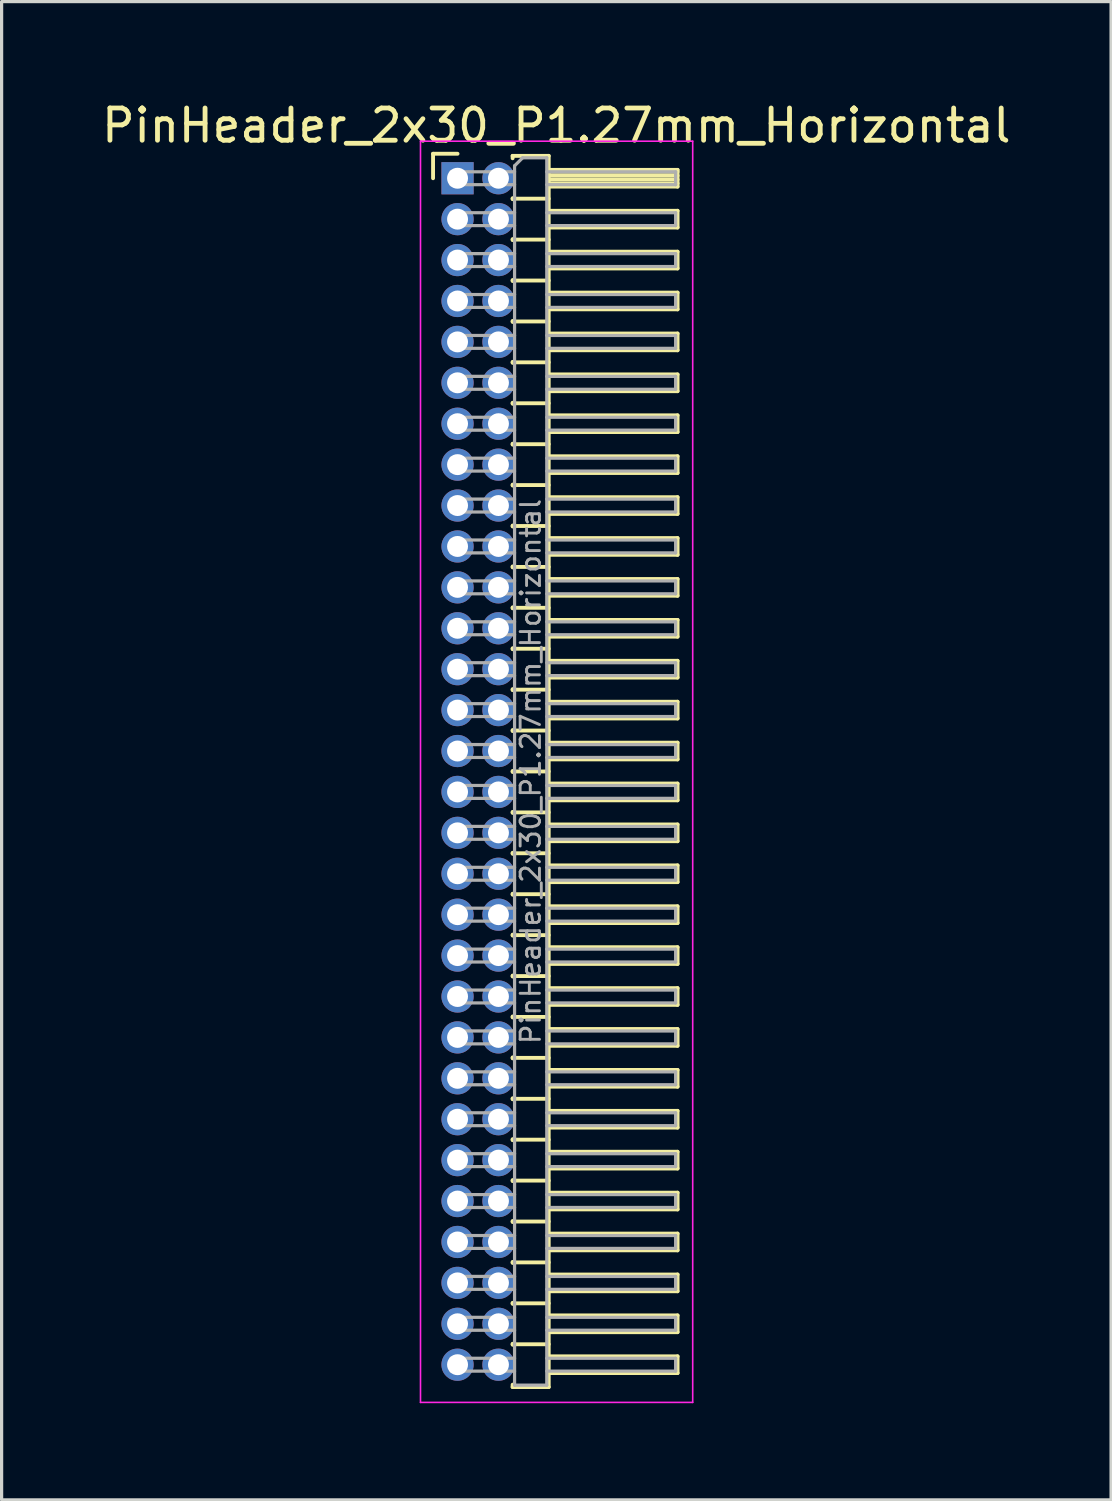
<source format=kicad_pcb>
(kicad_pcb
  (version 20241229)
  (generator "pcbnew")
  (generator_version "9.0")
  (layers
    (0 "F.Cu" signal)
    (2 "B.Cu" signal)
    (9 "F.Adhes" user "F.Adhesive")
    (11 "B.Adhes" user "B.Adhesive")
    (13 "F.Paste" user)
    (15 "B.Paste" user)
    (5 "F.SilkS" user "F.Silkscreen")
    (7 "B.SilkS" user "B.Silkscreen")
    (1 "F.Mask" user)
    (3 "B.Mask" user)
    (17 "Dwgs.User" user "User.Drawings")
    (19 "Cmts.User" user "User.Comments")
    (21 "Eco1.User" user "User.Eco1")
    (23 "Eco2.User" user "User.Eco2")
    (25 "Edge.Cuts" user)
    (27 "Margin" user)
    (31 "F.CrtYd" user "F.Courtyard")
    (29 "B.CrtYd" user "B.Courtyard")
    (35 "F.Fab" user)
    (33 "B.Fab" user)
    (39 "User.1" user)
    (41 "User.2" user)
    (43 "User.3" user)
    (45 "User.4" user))
  (footprint "PinHeader_2x30_P1.27mm_Horizontal"
    (layer "F.Cu")
    (at 11.153 2.483)
    (property "Reference" "PinHeader_2x30_P1.27mm_Horizontal" (at 3.067 -1.635 0) (layer "F.SilkS") (effects (font (size 1 1) (thickness 0.15))))
    (attr through_hole)
    (fp_line (start -0.76 -0.76) (end 0 -0.76) (stroke (width 0.12) (type solid)) (layer "F.SilkS"))
    (fp_line (start -0.76 0) (end -0.76 -0.76) (stroke (width 0.12) (type solid)) (layer "F.SilkS"))
    (fp_line (start 1.71 -0.695) (end 2.83 -0.695) (stroke (width 0.12) (type solid)) (layer "F.SilkS"))
    (fp_line (start 1.71 -0.62) (end 1.71 -0.695) (stroke (width 0.12) (type solid)) (layer "F.SilkS"))
    (fp_line (start 1.71 0.62) (end 1.71 0.65) (stroke (width 0.12) (type solid)) (layer "F.SilkS"))
    (fp_line (start 1.71 0.635) (end 2.83 0.635) (stroke (width 0.12) (type solid)) (layer "F.SilkS"))
    (fp_line (start 1.71 1.89) (end 1.71 1.92) (stroke (width 0.12) (type solid)) (layer "F.SilkS"))
    (fp_line (start 1.71 1.905) (end 2.83 1.905) (stroke (width 0.12) (type solid)) (layer "F.SilkS"))
    (fp_line (start 1.71 3.16) (end 1.71 3.19) (stroke (width 0.12) (type solid)) (layer "F.SilkS"))
    (fp_line (start 1.71 3.175) (end 2.83 3.175) (stroke (width 0.12) (type solid)) (layer "F.SilkS"))
    (fp_line (start 1.71 4.43) (end 1.71 4.46) (stroke (width 0.12) (type solid)) (layer "F.SilkS"))
    (fp_line (start 1.71 4.445) (end 2.83 4.445) (stroke (width 0.12) (type solid)) (layer "F.SilkS"))
    (fp_line (start 1.71 5.7) (end 1.71 5.73) (stroke (width 0.12) (type solid)) (layer "F.SilkS"))
    (fp_line (start 1.71 5.715) (end 2.83 5.715) (stroke (width 0.12) (type solid)) (layer "F.SilkS"))
    (fp_line (start 1.71 6.97) (end 1.71 7) (stroke (width 0.12) (type solid)) (layer "F.SilkS"))
    (fp_line (start 1.71 6.985) (end 2.83 6.985) (stroke (width 0.12) (type solid)) (layer "F.SilkS"))
    (fp_line (start 1.71 8.24) (end 1.71 8.27) (stroke (width 0.12) (type solid)) (layer "F.SilkS"))
    (fp_line (start 1.71 8.255) (end 2.83 8.255) (stroke (width 0.12) (type solid)) (layer "F.SilkS"))
    (fp_line (start 1.71 9.51) (end 1.71 9.54) (stroke (width 0.12) (type solid)) (layer "F.SilkS"))
    (fp_line (start 1.71 9.525) (end 2.83 9.525) (stroke (width 0.12) (type solid)) (layer "F.SilkS"))
    (fp_line (start 1.71 10.78) (end 1.71 10.81) (stroke (width 0.12) (type solid)) (layer "F.SilkS"))
    (fp_line (start 1.71 10.795) (end 2.83 10.795) (stroke (width 0.12) (type solid)) (layer "F.SilkS"))
    (fp_line (start 1.71 12.05) (end 1.71 12.08) (stroke (width 0.12) (type solid)) (layer "F.SilkS"))
    (fp_line (start 1.71 12.065) (end 2.83 12.065) (stroke (width 0.12) (type solid)) (layer "F.SilkS"))
    (fp_line (start 1.71 13.32) (end 1.71 13.35) (stroke (width 0.12) (type solid)) (layer "F.SilkS"))
    (fp_line (start 1.71 13.335) (end 2.83 13.335) (stroke (width 0.12) (type solid)) (layer "F.SilkS"))
    (fp_line (start 1.71 14.59) (end 1.71 14.62) (stroke (width 0.12) (type solid)) (layer "F.SilkS"))
    (fp_line (start 1.71 14.605) (end 2.83 14.605) (stroke (width 0.12) (type solid)) (layer "F.SilkS"))
    (fp_line (start 1.71 15.86) (end 1.71 15.89) (stroke (width 0.12) (type solid)) (layer "F.SilkS"))
    (fp_line (start 1.71 15.875) (end 2.83 15.875) (stroke (width 0.12) (type solid)) (layer "F.SilkS"))
    (fp_line (start 1.71 17.13) (end 1.71 17.16) (stroke (width 0.12) (type solid)) (layer "F.SilkS"))
    (fp_line (start 1.71 17.145) (end 2.83 17.145) (stroke (width 0.12) (type solid)) (layer "F.SilkS"))
    (fp_line (start 1.71 18.4) (end 1.71 18.43) (stroke (width 0.12) (type solid)) (layer "F.SilkS"))
    (fp_line (start 1.71 18.415) (end 2.83 18.415) (stroke (width 0.12) (type solid)) (layer "F.SilkS"))
    (fp_line (start 1.71 19.67) (end 1.71 19.7) (stroke (width 0.12) (type solid)) (layer "F.SilkS"))
    (fp_line (start 1.71 19.685) (end 2.83 19.685) (stroke (width 0.12) (type solid)) (layer "F.SilkS"))
    (fp_line (start 1.71 20.94) (end 1.71 20.97) (stroke (width 0.12) (type solid)) (layer "F.SilkS"))
    (fp_line (start 1.71 20.955) (end 2.83 20.955) (stroke (width 0.12) (type solid)) (layer "F.SilkS"))
    (fp_line (start 1.71 22.21) (end 1.71 22.24) (stroke (width 0.12) (type solid)) (layer "F.SilkS"))
    (fp_line (start 1.71 22.225) (end 2.83 22.225) (stroke (width 0.12) (type solid)) (layer "F.SilkS"))
    (fp_line (start 1.71 23.48) (end 1.71 23.51) (stroke (width 0.12) (type solid)) (layer "F.SilkS"))
    (fp_line (start 1.71 23.495) (end 2.83 23.495) (stroke (width 0.12) (type solid)) (layer "F.SilkS"))
    (fp_line (start 1.71 24.75) (end 1.71 24.78) (stroke (width 0.12) (type solid)) (layer "F.SilkS"))
    (fp_line (start 1.71 24.765) (end 2.83 24.765) (stroke (width 0.12) (type solid)) (layer "F.SilkS"))
    (fp_line (start 1.71 26.02) (end 1.71 26.05) (stroke (width 0.12) (type solid)) (layer "F.SilkS"))
    (fp_line (start 1.71 26.035) (end 2.83 26.035) (stroke (width 0.12) (type solid)) (layer "F.SilkS"))
    (fp_line (start 1.71 27.29) (end 1.71 27.32) (stroke (width 0.12) (type solid)) (layer "F.SilkS"))
    (fp_line (start 1.71 27.305) (end 2.83 27.305) (stroke (width 0.12) (type solid)) (layer "F.SilkS"))
    (fp_line (start 1.71 28.56) (end 1.71 28.59) (stroke (width 0.12) (type solid)) (layer "F.SilkS"))
    (fp_line (start 1.71 28.575) (end 2.83 28.575) (stroke (width 0.12) (type solid)) (layer "F.SilkS"))
    (fp_line (start 1.71 29.83) (end 1.71 29.86) (stroke (width 0.12) (type solid)) (layer "F.SilkS"))
    (fp_line (start 1.71 29.845) (end 2.83 29.845) (stroke (width 0.12) (type solid)) (layer "F.SilkS"))
    (fp_line (start 1.71 31.1) (end 1.71 31.13) (stroke (width 0.12) (type solid)) (layer "F.SilkS"))
    (fp_line (start 1.71 31.115) (end 2.83 31.115) (stroke (width 0.12) (type solid)) (layer "F.SilkS"))
    (fp_line (start 1.71 32.37) (end 1.71 32.4) (stroke (width 0.12) (type solid)) (layer "F.SilkS"))
    (fp_line (start 1.71 32.385) (end 2.83 32.385) (stroke (width 0.12) (type solid)) (layer "F.SilkS"))
    (fp_line (start 1.71 33.64) (end 1.71 33.67) (stroke (width 0.12) (type solid)) (layer "F.SilkS"))
    (fp_line (start 1.71 33.655) (end 2.83 33.655) (stroke (width 0.12) (type solid)) (layer "F.SilkS"))
    (fp_line (start 1.71 34.91) (end 1.71 34.94) (stroke (width 0.12) (type solid)) (layer "F.SilkS"))
    (fp_line (start 1.71 34.925) (end 2.83 34.925) (stroke (width 0.12) (type solid)) (layer "F.SilkS"))
    (fp_line (start 1.71 36.18) (end 1.71 36.21) (stroke (width 0.12) (type solid)) (layer "F.SilkS"))
    (fp_line (start 1.71 36.195) (end 2.83 36.195) (stroke (width 0.12) (type solid)) (layer "F.SilkS"))
    (fp_line (start 1.71 37.525) (end 1.71 37.45) (stroke (width 0.12) (type solid)) (layer "F.SilkS"))
    (fp_line (start 2.83 -0.695) (end 2.83 37.525) (stroke (width 0.12) (type solid)) (layer "F.SilkS"))
    (fp_line (start 2.83 -0.26) (end 6.83 -0.26) (stroke (width 0.12) (type solid)) (layer "F.SilkS"))
    (fp_line (start 2.83 -0.2) (end 6.83 -0.2) (stroke (width 0.12) (type solid)) (layer "F.SilkS"))
    (fp_line (start 2.83 -0.08) (end 6.83 -0.08) (stroke (width 0.12) (type solid)) (layer "F.SilkS"))
    (fp_line (start 2.83 0.04) (end 6.83 0.04) (stroke (width 0.12) (type solid)) (layer "F.SilkS"))
    (fp_line (start 2.83 0.16) (end 6.83 0.16) (stroke (width 0.12) (type solid)) (layer "F.SilkS"))
    (fp_line (start 2.83 1.01) (end 6.83 1.01) (stroke (width 0.12) (type solid)) (layer "F.SilkS"))
    (fp_line (start 2.83 2.28) (end 6.83 2.28) (stroke (width 0.12) (type solid)) (layer "F.SilkS"))
    (fp_line (start 2.83 3.55) (end 6.83 3.55) (stroke (width 0.12) (type solid)) (layer "F.SilkS"))
    (fp_line (start 2.83 4.82) (end 6.83 4.82) (stroke (width 0.12) (type solid)) (layer "F.SilkS"))
    (fp_line (start 2.83 6.09) (end 6.83 6.09) (stroke (width 0.12) (type solid)) (layer "F.SilkS"))
    (fp_line (start 2.83 7.36) (end 6.83 7.36) (stroke (width 0.12) (type solid)) (layer "F.SilkS"))
    (fp_line (start 2.83 8.63) (end 6.83 8.63) (stroke (width 0.12) (type solid)) (layer "F.SilkS"))
    (fp_line (start 2.83 9.9) (end 6.83 9.9) (stroke (width 0.12) (type solid)) (layer "F.SilkS"))
    (fp_line (start 2.83 11.17) (end 6.83 11.17) (stroke (width 0.12) (type solid)) (layer "F.SilkS"))
    (fp_line (start 2.83 12.44) (end 6.83 12.44) (stroke (width 0.12) (type solid)) (layer "F.SilkS"))
    (fp_line (start 2.83 13.71) (end 6.83 13.71) (stroke (width 0.12) (type solid)) (layer "F.SilkS"))
    (fp_line (start 2.83 14.98) (end 6.83 14.98) (stroke (width 0.12) (type solid)) (layer "F.SilkS"))
    (fp_line (start 2.83 16.25) (end 6.83 16.25) (stroke (width 0.12) (type solid)) (layer "F.SilkS"))
    (fp_line (start 2.83 17.52) (end 6.83 17.52) (stroke (width 0.12) (type solid)) (layer "F.SilkS"))
    (fp_line (start 2.83 18.79) (end 6.83 18.79) (stroke (width 0.12) (type solid)) (layer "F.SilkS"))
    (fp_line (start 2.83 20.06) (end 6.83 20.06) (stroke (width 0.12) (type solid)) (layer "F.SilkS"))
    (fp_line (start 2.83 21.33) (end 6.83 21.33) (stroke (width 0.12) (type solid)) (layer "F.SilkS"))
    (fp_line (start 2.83 22.6) (end 6.83 22.6) (stroke (width 0.12) (type solid)) (layer "F.SilkS"))
    (fp_line (start 2.83 23.87) (end 6.83 23.87) (stroke (width 0.12) (type solid)) (layer "F.SilkS"))
    (fp_line (start 2.83 25.14) (end 6.83 25.14) (stroke (width 0.12) (type solid)) (layer "F.SilkS"))
    (fp_line (start 2.83 26.41) (end 6.83 26.41) (stroke (width 0.12) (type solid)) (layer "F.SilkS"))
    (fp_line (start 2.83 27.68) (end 6.83 27.68) (stroke (width 0.12) (type solid)) (layer "F.SilkS"))
    (fp_line (start 2.83 28.95) (end 6.83 28.95) (stroke (width 0.12) (type solid)) (layer "F.SilkS"))
    (fp_line (start 2.83 30.22) (end 6.83 30.22) (stroke (width 0.12) (type solid)) (layer "F.SilkS"))
    (fp_line (start 2.83 31.49) (end 6.83 31.49) (stroke (width 0.12) (type solid)) (layer "F.SilkS"))
    (fp_line (start 2.83 32.76) (end 6.83 32.76) (stroke (width 0.12) (type solid)) (layer "F.SilkS"))
    (fp_line (start 2.83 34.03) (end 6.83 34.03) (stroke (width 0.12) (type solid)) (layer "F.SilkS"))
    (fp_line (start 2.83 35.3) (end 6.83 35.3) (stroke (width 0.12) (type solid)) (layer "F.SilkS"))
    (fp_line (start 2.83 36.57) (end 6.83 36.57) (stroke (width 0.12) (type solid)) (layer "F.SilkS"))
    (fp_line (start 2.83 37.525) (end 1.71 37.525) (stroke (width 0.12) (type solid)) (layer "F.SilkS"))
    (fp_line (start 6.83 -0.26) (end 6.83 0.26) (stroke (width 0.12) (type solid)) (layer "F.SilkS"))
    (fp_line (start 6.83 0.26) (end 2.83 0.26) (stroke (width 0.12) (type solid)) (layer "F.SilkS"))
    (fp_line (start 6.83 1.01) (end 6.83 1.53) (stroke (width 0.12) (type solid)) (layer "F.SilkS"))
    (fp_line (start 6.83 1.53) (end 2.83 1.53) (stroke (width 0.12) (type solid)) (layer "F.SilkS"))
    (fp_line (start 6.83 2.28) (end 6.83 2.8) (stroke (width 0.12) (type solid)) (layer "F.SilkS"))
    (fp_line (start 6.83 2.8) (end 2.83 2.8) (stroke (width 0.12) (type solid)) (layer "F.SilkS"))
    (fp_line (start 6.83 3.55) (end 6.83 4.07) (stroke (width 0.12) (type solid)) (layer "F.SilkS"))
    (fp_line (start 6.83 4.07) (end 2.83 4.07) (stroke (width 0.12) (type solid)) (layer "F.SilkS"))
    (fp_line (start 6.83 4.82) (end 6.83 5.34) (stroke (width 0.12) (type solid)) (layer "F.SilkS"))
    (fp_line (start 6.83 5.34) (end 2.83 5.34) (stroke (width 0.12) (type solid)) (layer "F.SilkS"))
    (fp_line (start 6.83 6.09) (end 6.83 6.61) (stroke (width 0.12) (type solid)) (layer "F.SilkS"))
    (fp_line (start 6.83 6.61) (end 2.83 6.61) (stroke (width 0.12) (type solid)) (layer "F.SilkS"))
    (fp_line (start 6.83 7.36) (end 6.83 7.88) (stroke (width 0.12) (type solid)) (layer "F.SilkS"))
    (fp_line (start 6.83 7.88) (end 2.83 7.88) (stroke (width 0.12) (type solid)) (layer "F.SilkS"))
    (fp_line (start 6.83 8.63) (end 6.83 9.15) (stroke (width 0.12) (type solid)) (layer "F.SilkS"))
    (fp_line (start 6.83 9.15) (end 2.83 9.15) (stroke (width 0.12) (type solid)) (layer "F.SilkS"))
    (fp_line (start 6.83 9.9) (end 6.83 10.42) (stroke (width 0.12) (type solid)) (layer "F.SilkS"))
    (fp_line (start 6.83 10.42) (end 2.83 10.42) (stroke (width 0.12) (type solid)) (layer "F.SilkS"))
    (fp_line (start 6.83 11.17) (end 6.83 11.69) (stroke (width 0.12) (type solid)) (layer "F.SilkS"))
    (fp_line (start 6.83 11.69) (end 2.83 11.69) (stroke (width 0.12) (type solid)) (layer "F.SilkS"))
    (fp_line (start 6.83 12.44) (end 6.83 12.96) (stroke (width 0.12) (type solid)) (layer "F.SilkS"))
    (fp_line (start 6.83 12.96) (end 2.83 12.96) (stroke (width 0.12) (type solid)) (layer "F.SilkS"))
    (fp_line (start 6.83 13.71) (end 6.83 14.23) (stroke (width 0.12) (type solid)) (layer "F.SilkS"))
    (fp_line (start 6.83 14.23) (end 2.83 14.23) (stroke (width 0.12) (type solid)) (layer "F.SilkS"))
    (fp_line (start 6.83 14.98) (end 6.83 15.5) (stroke (width 0.12) (type solid)) (layer "F.SilkS"))
    (fp_line (start 6.83 15.5) (end 2.83 15.5) (stroke (width 0.12) (type solid)) (layer "F.SilkS"))
    (fp_line (start 6.83 16.25) (end 6.83 16.77) (stroke (width 0.12) (type solid)) (layer "F.SilkS"))
    (fp_line (start 6.83 16.77) (end 2.83 16.77) (stroke (width 0.12) (type solid)) (layer "F.SilkS"))
    (fp_line (start 6.83 17.52) (end 6.83 18.04) (stroke (width 0.12) (type solid)) (layer "F.SilkS"))
    (fp_line (start 6.83 18.04) (end 2.83 18.04) (stroke (width 0.12) (type solid)) (layer "F.SilkS"))
    (fp_line (start 6.83 18.79) (end 6.83 19.31) (stroke (width 0.12) (type solid)) (layer "F.SilkS"))
    (fp_line (start 6.83 19.31) (end 2.83 19.31) (stroke (width 0.12) (type solid)) (layer "F.SilkS"))
    (fp_line (start 6.83 20.06) (end 6.83 20.58) (stroke (width 0.12) (type solid)) (layer "F.SilkS"))
    (fp_line (start 6.83 20.58) (end 2.83 20.58) (stroke (width 0.12) (type solid)) (layer "F.SilkS"))
    (fp_line (start 6.83 21.33) (end 6.83 21.85) (stroke (width 0.12) (type solid)) (layer "F.SilkS"))
    (fp_line (start 6.83 21.85) (end 2.83 21.85) (stroke (width 0.12) (type solid)) (layer "F.SilkS"))
    (fp_line (start 6.83 22.6) (end 6.83 23.12) (stroke (width 0.12) (type solid)) (layer "F.SilkS"))
    (fp_line (start 6.83 23.12) (end 2.83 23.12) (stroke (width 0.12) (type solid)) (layer "F.SilkS"))
    (fp_line (start 6.83 23.87) (end 6.83 24.39) (stroke (width 0.12) (type solid)) (layer "F.SilkS"))
    (fp_line (start 6.83 24.39) (end 2.83 24.39) (stroke (width 0.12) (type solid)) (layer "F.SilkS"))
    (fp_line (start 6.83 25.14) (end 6.83 25.66) (stroke (width 0.12) (type solid)) (layer "F.SilkS"))
    (fp_line (start 6.83 25.66) (end 2.83 25.66) (stroke (width 0.12) (type solid)) (layer "F.SilkS"))
    (fp_line (start 6.83 26.41) (end 6.83 26.93) (stroke (width 0.12) (type solid)) (layer "F.SilkS"))
    (fp_line (start 6.83 26.93) (end 2.83 26.93) (stroke (width 0.12) (type solid)) (layer "F.SilkS"))
    (fp_line (start 6.83 27.68) (end 6.83 28.2) (stroke (width 0.12) (type solid)) (layer "F.SilkS"))
    (fp_line (start 6.83 28.2) (end 2.83 28.2) (stroke (width 0.12) (type solid)) (layer "F.SilkS"))
    (fp_line (start 6.83 28.95) (end 6.83 29.47) (stroke (width 0.12) (type solid)) (layer "F.SilkS"))
    (fp_line (start 6.83 29.47) (end 2.83 29.47) (stroke (width 0.12) (type solid)) (layer "F.SilkS"))
    (fp_line (start 6.83 30.22) (end 6.83 30.74) (stroke (width 0.12) (type solid)) (layer "F.SilkS"))
    (fp_line (start 6.83 30.74) (end 2.83 30.74) (stroke (width 0.12) (type solid)) (layer "F.SilkS"))
    (fp_line (start 6.83 31.49) (end 6.83 32.01) (stroke (width 0.12) (type solid)) (layer "F.SilkS"))
    (fp_line (start 6.83 32.01) (end 2.83 32.01) (stroke (width 0.12) (type solid)) (layer "F.SilkS"))
    (fp_line (start 6.83 32.76) (end 6.83 33.28) (stroke (width 0.12) (type solid)) (layer "F.SilkS"))
    (fp_line (start 6.83 33.28) (end 2.83 33.28) (stroke (width 0.12) (type solid)) (layer "F.SilkS"))
    (fp_line (start 6.83 34.03) (end 6.83 34.55) (stroke (width 0.12) (type solid)) (layer "F.SilkS"))
    (fp_line (start 6.83 34.55) (end 2.83 34.55) (stroke (width 0.12) (type solid)) (layer "F.SilkS"))
    (fp_line (start 6.83 35.3) (end 6.83 35.82) (stroke (width 0.12) (type solid)) (layer "F.SilkS"))
    (fp_line (start 6.83 35.82) (end 2.83 35.82) (stroke (width 0.12) (type solid)) (layer "F.SilkS"))
    (fp_line (start 6.83 36.57) (end 6.83 37.09) (stroke (width 0.12) (type solid)) (layer "F.SilkS"))
    (fp_line (start 6.83 37.09) (end 2.83 37.09) (stroke (width 0.12) (type solid)) (layer "F.SilkS"))
    (fp_line (start -1.15 -1.15) (end -1.15 38) (stroke (width 0.05) (type solid)) (layer "F.CrtYd"))
    (fp_line (start -1.15 38) (end 7.3 38) (stroke (width 0.05) (type solid)) (layer "F.CrtYd"))
    (fp_line (start 7.3 -1.15) (end -1.15 -1.15) (stroke (width 0.05) (type solid)) (layer "F.CrtYd"))
    (fp_line (start 7.3 38) (end 7.3 -1.15) (stroke (width 0.05) (type solid)) (layer "F.CrtYd"))
    (fp_line (start -0.2 -0.2) (end -0.2 0.2) (stroke (width 0.1) (type solid)) (layer "F.Fab"))
    (fp_line (start -0.2 -0.2) (end 1.77 -0.2) (stroke (width 0.1) (type solid)) (layer "F.Fab"))
    (fp_line (start -0.2 0.2) (end 1.77 0.2) (stroke (width 0.1) (type solid)) (layer "F.Fab"))
    (fp_line (start -0.2 1.07) (end -0.2 1.47) (stroke (width 0.1) (type solid)) (layer "F.Fab"))
    (fp_line (start -0.2 1.07) (end 1.77 1.07) (stroke (width 0.1) (type solid)) (layer "F.Fab"))
    (fp_line (start -0.2 1.47) (end 1.77 1.47) (stroke (width 0.1) (type solid)) (layer "F.Fab"))
    (fp_line (start -0.2 2.34) (end -0.2 2.74) (stroke (width 0.1) (type solid)) (layer "F.Fab"))
    (fp_line (start -0.2 2.34) (end 1.77 2.34) (stroke (width 0.1) (type solid)) (layer "F.Fab"))
    (fp_line (start -0.2 2.74) (end 1.77 2.74) (stroke (width 0.1) (type solid)) (layer "F.Fab"))
    (fp_line (start -0.2 3.61) (end -0.2 4.01) (stroke (width 0.1) (type solid)) (layer "F.Fab"))
    (fp_line (start -0.2 3.61) (end 1.77 3.61) (stroke (width 0.1) (type solid)) (layer "F.Fab"))
    (fp_line (start -0.2 4.01) (end 1.77 4.01) (stroke (width 0.1) (type solid)) (layer "F.Fab"))
    (fp_line (start -0.2 4.88) (end -0.2 5.28) (stroke (width 0.1) (type solid)) (layer "F.Fab"))
    (fp_line (start -0.2 4.88) (end 1.77 4.88) (stroke (width 0.1) (type solid)) (layer "F.Fab"))
    (fp_line (start -0.2 5.28) (end 1.77 5.28) (stroke (width 0.1) (type solid)) (layer "F.Fab"))
    (fp_line (start -0.2 6.15) (end -0.2 6.55) (stroke (width 0.1) (type solid)) (layer "F.Fab"))
    (fp_line (start -0.2 6.15) (end 1.77 6.15) (stroke (width 0.1) (type solid)) (layer "F.Fab"))
    (fp_line (start -0.2 6.55) (end 1.77 6.55) (stroke (width 0.1) (type solid)) (layer "F.Fab"))
    (fp_line (start -0.2 7.42) (end -0.2 7.82) (stroke (width 0.1) (type solid)) (layer "F.Fab"))
    (fp_line (start -0.2 7.42) (end 1.77 7.42) (stroke (width 0.1) (type solid)) (layer "F.Fab"))
    (fp_line (start -0.2 7.82) (end 1.77 7.82) (stroke (width 0.1) (type solid)) (layer "F.Fab"))
    (fp_line (start -0.2 8.69) (end -0.2 9.09) (stroke (width 0.1) (type solid)) (layer "F.Fab"))
    (fp_line (start -0.2 8.69) (end 1.77 8.69) (stroke (width 0.1) (type solid)) (layer "F.Fab"))
    (fp_line (start -0.2 9.09) (end 1.77 9.09) (stroke (width 0.1) (type solid)) (layer "F.Fab"))
    (fp_line (start -0.2 9.96) (end -0.2 10.36) (stroke (width 0.1) (type solid)) (layer "F.Fab"))
    (fp_line (start -0.2 9.96) (end 1.77 9.96) (stroke (width 0.1) (type solid)) (layer "F.Fab"))
    (fp_line (start -0.2 10.36) (end 1.77 10.36) (stroke (width 0.1) (type solid)) (layer "F.Fab"))
    (fp_line (start -0.2 11.23) (end -0.2 11.63) (stroke (width 0.1) (type solid)) (layer "F.Fab"))
    (fp_line (start -0.2 11.23) (end 1.77 11.23) (stroke (width 0.1) (type solid)) (layer "F.Fab"))
    (fp_line (start -0.2 11.63) (end 1.77 11.63) (stroke (width 0.1) (type solid)) (layer "F.Fab"))
    (fp_line (start -0.2 12.5) (end -0.2 12.9) (stroke (width 0.1) (type solid)) (layer "F.Fab"))
    (fp_line (start -0.2 12.5) (end 1.77 12.5) (stroke (width 0.1) (type solid)) (layer "F.Fab"))
    (fp_line (start -0.2 12.9) (end 1.77 12.9) (stroke (width 0.1) (type solid)) (layer "F.Fab"))
    (fp_line (start -0.2 13.77) (end -0.2 14.17) (stroke (width 0.1) (type solid)) (layer "F.Fab"))
    (fp_line (start -0.2 13.77) (end 1.77 13.77) (stroke (width 0.1) (type solid)) (layer "F.Fab"))
    (fp_line (start -0.2 14.17) (end 1.77 14.17) (stroke (width 0.1) (type solid)) (layer "F.Fab"))
    (fp_line (start -0.2 15.04) (end -0.2 15.44) (stroke (width 0.1) (type solid)) (layer "F.Fab"))
    (fp_line (start -0.2 15.04) (end 1.77 15.04) (stroke (width 0.1) (type solid)) (layer "F.Fab"))
    (fp_line (start -0.2 15.44) (end 1.77 15.44) (stroke (width 0.1) (type solid)) (layer "F.Fab"))
    (fp_line (start -0.2 16.31) (end -0.2 16.71) (stroke (width 0.1) (type solid)) (layer "F.Fab"))
    (fp_line (start -0.2 16.31) (end 1.77 16.31) (stroke (width 0.1) (type solid)) (layer "F.Fab"))
    (fp_line (start -0.2 16.71) (end 1.77 16.71) (stroke (width 0.1) (type solid)) (layer "F.Fab"))
    (fp_line (start -0.2 17.58) (end -0.2 17.98) (stroke (width 0.1) (type solid)) (layer "F.Fab"))
    (fp_line (start -0.2 17.58) (end 1.77 17.58) (stroke (width 0.1) (type solid)) (layer "F.Fab"))
    (fp_line (start -0.2 17.98) (end 1.77 17.98) (stroke (width 0.1) (type solid)) (layer "F.Fab"))
    (fp_line (start -0.2 18.85) (end -0.2 19.25) (stroke (width 0.1) (type solid)) (layer "F.Fab"))
    (fp_line (start -0.2 18.85) (end 1.77 18.85) (stroke (width 0.1) (type solid)) (layer "F.Fab"))
    (fp_line (start -0.2 19.25) (end 1.77 19.25) (stroke (width 0.1) (type solid)) (layer "F.Fab"))
    (fp_line (start -0.2 20.12) (end -0.2 20.52) (stroke (width 0.1) (type solid)) (layer "F.Fab"))
    (fp_line (start -0.2 20.12) (end 1.77 20.12) (stroke (width 0.1) (type solid)) (layer "F.Fab"))
    (fp_line (start -0.2 20.52) (end 1.77 20.52) (stroke (width 0.1) (type solid)) (layer "F.Fab"))
    (fp_line (start -0.2 21.39) (end -0.2 21.79) (stroke (width 0.1) (type solid)) (layer "F.Fab"))
    (fp_line (start -0.2 21.39) (end 1.77 21.39) (stroke (width 0.1) (type solid)) (layer "F.Fab"))
    (fp_line (start -0.2 21.79) (end 1.77 21.79) (stroke (width 0.1) (type solid)) (layer "F.Fab"))
    (fp_line (start -0.2 22.66) (end -0.2 23.06) (stroke (width 0.1) (type solid)) (layer "F.Fab"))
    (fp_line (start -0.2 22.66) (end 1.77 22.66) (stroke (width 0.1) (type solid)) (layer "F.Fab"))
    (fp_line (start -0.2 23.06) (end 1.77 23.06) (stroke (width 0.1) (type solid)) (layer "F.Fab"))
    (fp_line (start -0.2 23.93) (end -0.2 24.33) (stroke (width 0.1) (type solid)) (layer "F.Fab"))
    (fp_line (start -0.2 23.93) (end 1.77 23.93) (stroke (width 0.1) (type solid)) (layer "F.Fab"))
    (fp_line (start -0.2 24.33) (end 1.77 24.33) (stroke (width 0.1) (type solid)) (layer "F.Fab"))
    (fp_line (start -0.2 25.2) (end -0.2 25.6) (stroke (width 0.1) (type solid)) (layer "F.Fab"))
    (fp_line (start -0.2 25.2) (end 1.77 25.2) (stroke (width 0.1) (type solid)) (layer "F.Fab"))
    (fp_line (start -0.2 25.6) (end 1.77 25.6) (stroke (width 0.1) (type solid)) (layer "F.Fab"))
    (fp_line (start -0.2 26.47) (end -0.2 26.87) (stroke (width 0.1) (type solid)) (layer "F.Fab"))
    (fp_line (start -0.2 26.47) (end 1.77 26.47) (stroke (width 0.1) (type solid)) (layer "F.Fab"))
    (fp_line (start -0.2 26.87) (end 1.77 26.87) (stroke (width 0.1) (type solid)) (layer "F.Fab"))
    (fp_line (start -0.2 27.74) (end -0.2 28.14) (stroke (width 0.1) (type solid)) (layer "F.Fab"))
    (fp_line (start -0.2 27.74) (end 1.77 27.74) (stroke (width 0.1) (type solid)) (layer "F.Fab"))
    (fp_line (start -0.2 28.14) (end 1.77 28.14) (stroke (width 0.1) (type solid)) (layer "F.Fab"))
    (fp_line (start -0.2 29.01) (end -0.2 29.41) (stroke (width 0.1) (type solid)) (layer "F.Fab"))
    (fp_line (start -0.2 29.01) (end 1.77 29.01) (stroke (width 0.1) (type solid)) (layer "F.Fab"))
    (fp_line (start -0.2 29.41) (end 1.77 29.41) (stroke (width 0.1) (type solid)) (layer "F.Fab"))
    (fp_line (start -0.2 30.28) (end -0.2 30.68) (stroke (width 0.1) (type solid)) (layer "F.Fab"))
    (fp_line (start -0.2 30.28) (end 1.77 30.28) (stroke (width 0.1) (type solid)) (layer "F.Fab"))
    (fp_line (start -0.2 30.68) (end 1.77 30.68) (stroke (width 0.1) (type solid)) (layer "F.Fab"))
    (fp_line (start -0.2 31.55) (end -0.2 31.95) (stroke (width 0.1) (type solid)) (layer "F.Fab"))
    (fp_line (start -0.2 31.55) (end 1.77 31.55) (stroke (width 0.1) (type solid)) (layer "F.Fab"))
    (fp_line (start -0.2 31.95) (end 1.77 31.95) (stroke (width 0.1) (type solid)) (layer "F.Fab"))
    (fp_line (start -0.2 32.82) (end -0.2 33.22) (stroke (width 0.1) (type solid)) (layer "F.Fab"))
    (fp_line (start -0.2 32.82) (end 1.77 32.82) (stroke (width 0.1) (type solid)) (layer "F.Fab"))
    (fp_line (start -0.2 33.22) (end 1.77 33.22) (stroke (width 0.1) (type solid)) (layer "F.Fab"))
    (fp_line (start -0.2 34.09) (end -0.2 34.49) (stroke (width 0.1) (type solid)) (layer "F.Fab"))
    (fp_line (start -0.2 34.09) (end 1.77 34.09) (stroke (width 0.1) (type solid)) (layer "F.Fab"))
    (fp_line (start -0.2 34.49) (end 1.77 34.49) (stroke (width 0.1) (type solid)) (layer "F.Fab"))
    (fp_line (start -0.2 35.36) (end -0.2 35.76) (stroke (width 0.1) (type solid)) (layer "F.Fab"))
    (fp_line (start -0.2 35.36) (end 1.77 35.36) (stroke (width 0.1) (type solid)) (layer "F.Fab"))
    (fp_line (start -0.2 35.76) (end 1.77 35.76) (stroke (width 0.1) (type solid)) (layer "F.Fab"))
    (fp_line (start -0.2 36.63) (end -0.2 37.03) (stroke (width 0.1) (type solid)) (layer "F.Fab"))
    (fp_line (start -0.2 36.63) (end 1.77 36.63) (stroke (width 0.1) (type solid)) (layer "F.Fab"))
    (fp_line (start -0.2 37.03) (end 1.77 37.03) (stroke (width 0.1) (type solid)) (layer "F.Fab"))
    (fp_line (start 1.77 -0.385) (end 2.02 -0.635) (stroke (width 0.1) (type solid)) (layer "F.Fab"))
    (fp_line (start 1.77 37.465) (end 1.77 -0.385) (stroke (width 0.1) (type solid)) (layer "F.Fab"))
    (fp_line (start 2.02 -0.635) (end 2.77 -0.635) (stroke (width 0.1) (type solid)) (layer "F.Fab"))
    (fp_line (start 2.77 -0.635) (end 2.77 37.465) (stroke (width 0.1) (type solid)) (layer "F.Fab"))
    (fp_line (start 2.77 -0.2) (end 6.77 -0.2) (stroke (width 0.1) (type solid)) (layer "F.Fab"))
    (fp_line (start 2.77 0.2) (end 6.77 0.2) (stroke (width 0.1) (type solid)) (layer "F.Fab"))
    (fp_line (start 2.77 1.07) (end 6.77 1.07) (stroke (width 0.1) (type solid)) (layer "F.Fab"))
    (fp_line (start 2.77 1.47) (end 6.77 1.47) (stroke (width 0.1) (type solid)) (layer "F.Fab"))
    (fp_line (start 2.77 2.34) (end 6.77 2.34) (stroke (width 0.1) (type solid)) (layer "F.Fab"))
    (fp_line (start 2.77 2.74) (end 6.77 2.74) (stroke (width 0.1) (type solid)) (layer "F.Fab"))
    (fp_line (start 2.77 3.61) (end 6.77 3.61) (stroke (width 0.1) (type solid)) (layer "F.Fab"))
    (fp_line (start 2.77 4.01) (end 6.77 4.01) (stroke (width 0.1) (type solid)) (layer "F.Fab"))
    (fp_line (start 2.77 4.88) (end 6.77 4.88) (stroke (width 0.1) (type solid)) (layer "F.Fab"))
    (fp_line (start 2.77 5.28) (end 6.77 5.28) (stroke (width 0.1) (type solid)) (layer "F.Fab"))
    (fp_line (start 2.77 6.15) (end 6.77 6.15) (stroke (width 0.1) (type solid)) (layer "F.Fab"))
    (fp_line (start 2.77 6.55) (end 6.77 6.55) (stroke (width 0.1) (type solid)) (layer "F.Fab"))
    (fp_line (start 2.77 7.42) (end 6.77 7.42) (stroke (width 0.1) (type solid)) (layer "F.Fab"))
    (fp_line (start 2.77 7.82) (end 6.77 7.82) (stroke (width 0.1) (type solid)) (layer "F.Fab"))
    (fp_line (start 2.77 8.69) (end 6.77 8.69) (stroke (width 0.1) (type solid)) (layer "F.Fab"))
    (fp_line (start 2.77 9.09) (end 6.77 9.09) (stroke (width 0.1) (type solid)) (layer "F.Fab"))
    (fp_line (start 2.77 9.96) (end 6.77 9.96) (stroke (width 0.1) (type solid)) (layer "F.Fab"))
    (fp_line (start 2.77 10.36) (end 6.77 10.36) (stroke (width 0.1) (type solid)) (layer "F.Fab"))
    (fp_line (start 2.77 11.23) (end 6.77 11.23) (stroke (width 0.1) (type solid)) (layer "F.Fab"))
    (fp_line (start 2.77 11.63) (end 6.77 11.63) (stroke (width 0.1) (type solid)) (layer "F.Fab"))
    (fp_line (start 2.77 12.5) (end 6.77 12.5) (stroke (width 0.1) (type solid)) (layer "F.Fab"))
    (fp_line (start 2.77 12.9) (end 6.77 12.9) (stroke (width 0.1) (type solid)) (layer "F.Fab"))
    (fp_line (start 2.77 13.77) (end 6.77 13.77) (stroke (width 0.1) (type solid)) (layer "F.Fab"))
    (fp_line (start 2.77 14.17) (end 6.77 14.17) (stroke (width 0.1) (type solid)) (layer "F.Fab"))
    (fp_line (start 2.77 15.04) (end 6.77 15.04) (stroke (width 0.1) (type solid)) (layer "F.Fab"))
    (fp_line (start 2.77 15.44) (end 6.77 15.44) (stroke (width 0.1) (type solid)) (layer "F.Fab"))
    (fp_line (start 2.77 16.31) (end 6.77 16.31) (stroke (width 0.1) (type solid)) (layer "F.Fab"))
    (fp_line (start 2.77 16.71) (end 6.77 16.71) (stroke (width 0.1) (type solid)) (layer "F.Fab"))
    (fp_line (start 2.77 17.58) (end 6.77 17.58) (stroke (width 0.1) (type solid)) (layer "F.Fab"))
    (fp_line (start 2.77 17.98) (end 6.77 17.98) (stroke (width 0.1) (type solid)) (layer "F.Fab"))
    (fp_line (start 2.77 18.85) (end 6.77 18.85) (stroke (width 0.1) (type solid)) (layer "F.Fab"))
    (fp_line (start 2.77 19.25) (end 6.77 19.25) (stroke (width 0.1) (type solid)) (layer "F.Fab"))
    (fp_line (start 2.77 20.12) (end 6.77 20.12) (stroke (width 0.1) (type solid)) (layer "F.Fab"))
    (fp_line (start 2.77 20.52) (end 6.77 20.52) (stroke (width 0.1) (type solid)) (layer "F.Fab"))
    (fp_line (start 2.77 21.39) (end 6.77 21.39) (stroke (width 0.1) (type solid)) (layer "F.Fab"))
    (fp_line (start 2.77 21.79) (end 6.77 21.79) (stroke (width 0.1) (type solid)) (layer "F.Fab"))
    (fp_line (start 2.77 22.66) (end 6.77 22.66) (stroke (width 0.1) (type solid)) (layer "F.Fab"))
    (fp_line (start 2.77 23.06) (end 6.77 23.06) (stroke (width 0.1) (type solid)) (layer "F.Fab"))
    (fp_line (start 2.77 23.93) (end 6.77 23.93) (stroke (width 0.1) (type solid)) (layer "F.Fab"))
    (fp_line (start 2.77 24.33) (end 6.77 24.33) (stroke (width 0.1) (type solid)) (layer "F.Fab"))
    (fp_line (start 2.77 25.2) (end 6.77 25.2) (stroke (width 0.1) (type solid)) (layer "F.Fab"))
    (fp_line (start 2.77 25.6) (end 6.77 25.6) (stroke (width 0.1) (type solid)) (layer "F.Fab"))
    (fp_line (start 2.77 26.47) (end 6.77 26.47) (stroke (width 0.1) (type solid)) (layer "F.Fab"))
    (fp_line (start 2.77 26.87) (end 6.77 26.87) (stroke (width 0.1) (type solid)) (layer "F.Fab"))
    (fp_line (start 2.77 27.74) (end 6.77 27.74) (stroke (width 0.1) (type solid)) (layer "F.Fab"))
    (fp_line (start 2.77 28.14) (end 6.77 28.14) (stroke (width 0.1) (type solid)) (layer "F.Fab"))
    (fp_line (start 2.77 29.01) (end 6.77 29.01) (stroke (width 0.1) (type solid)) (layer "F.Fab"))
    (fp_line (start 2.77 29.41) (end 6.77 29.41) (stroke (width 0.1) (type solid)) (layer "F.Fab"))
    (fp_line (start 2.77 30.28) (end 6.77 30.28) (stroke (width 0.1) (type solid)) (layer "F.Fab"))
    (fp_line (start 2.77 30.68) (end 6.77 30.68) (stroke (width 0.1) (type solid)) (layer "F.Fab"))
    (fp_line (start 2.77 31.55) (end 6.77 31.55) (stroke (width 0.1) (type solid)) (layer "F.Fab"))
    (fp_line (start 2.77 31.95) (end 6.77 31.95) (stroke (width 0.1) (type solid)) (layer "F.Fab"))
    (fp_line (start 2.77 32.82) (end 6.77 32.82) (stroke (width 0.1) (type solid)) (layer "F.Fab"))
    (fp_line (start 2.77 33.22) (end 6.77 33.22) (stroke (width 0.1) (type solid)) (layer "F.Fab"))
    (fp_line (start 2.77 34.09) (end 6.77 34.09) (stroke (width 0.1) (type solid)) (layer "F.Fab"))
    (fp_line (start 2.77 34.49) (end 6.77 34.49) (stroke (width 0.1) (type solid)) (layer "F.Fab"))
    (fp_line (start 2.77 35.36) (end 6.77 35.36) (stroke (width 0.1) (type solid)) (layer "F.Fab"))
    (fp_line (start 2.77 35.76) (end 6.77 35.76) (stroke (width 0.1) (type solid)) (layer "F.Fab"))
    (fp_line (start 2.77 36.63) (end 6.77 36.63) (stroke (width 0.1) (type solid)) (layer "F.Fab"))
    (fp_line (start 2.77 37.03) (end 6.77 37.03) (stroke (width 0.1) (type solid)) (layer "F.Fab"))
    (fp_line (start 2.77 37.465) (end 1.77 37.465) (stroke (width 0.1) (type solid)) (layer "F.Fab"))
    (fp_line (start 6.77 -0.2) (end 6.77 0.2) (stroke (width 0.1) (type solid)) (layer "F.Fab"))
    (fp_line (start 6.77 1.07) (end 6.77 1.47) (stroke (width 0.1) (type solid)) (layer "F.Fab"))
    (fp_line (start 6.77 2.34) (end 6.77 2.74) (stroke (width 0.1) (type solid)) (layer "F.Fab"))
    (fp_line (start 6.77 3.61) (end 6.77 4.01) (stroke (width 0.1) (type solid)) (layer "F.Fab"))
    (fp_line (start 6.77 4.88) (end 6.77 5.28) (stroke (width 0.1) (type solid)) (layer "F.Fab"))
    (fp_line (start 6.77 6.15) (end 6.77 6.55) (stroke (width 0.1) (type solid)) (layer "F.Fab"))
    (fp_line (start 6.77 7.42) (end 6.77 7.82) (stroke (width 0.1) (type solid)) (layer "F.Fab"))
    (fp_line (start 6.77 8.69) (end 6.77 9.09) (stroke (width 0.1) (type solid)) (layer "F.Fab"))
    (fp_line (start 6.77 9.96) (end 6.77 10.36) (stroke (width 0.1) (type solid)) (layer "F.Fab"))
    (fp_line (start 6.77 11.23) (end 6.77 11.63) (stroke (width 0.1) (type solid)) (layer "F.Fab"))
    (fp_line (start 6.77 12.5) (end 6.77 12.9) (stroke (width 0.1) (type solid)) (layer "F.Fab"))
    (fp_line (start 6.77 13.77) (end 6.77 14.17) (stroke (width 0.1) (type solid)) (layer "F.Fab"))
    (fp_line (start 6.77 15.04) (end 6.77 15.44) (stroke (width 0.1) (type solid)) (layer "F.Fab"))
    (fp_line (start 6.77 16.31) (end 6.77 16.71) (stroke (width 0.1) (type solid)) (layer "F.Fab"))
    (fp_line (start 6.77 17.58) (end 6.77 17.98) (stroke (width 0.1) (type solid)) (layer "F.Fab"))
    (fp_line (start 6.77 18.85) (end 6.77 19.25) (stroke (width 0.1) (type solid)) (layer "F.Fab"))
    (fp_line (start 6.77 20.12) (end 6.77 20.52) (stroke (width 0.1) (type solid)) (layer "F.Fab"))
    (fp_line (start 6.77 21.39) (end 6.77 21.79) (stroke (width 0.1) (type solid)) (layer "F.Fab"))
    (fp_line (start 6.77 22.66) (end 6.77 23.06) (stroke (width 0.1) (type solid)) (layer "F.Fab"))
    (fp_line (start 6.77 23.93) (end 6.77 24.33) (stroke (width 0.1) (type solid)) (layer "F.Fab"))
    (fp_line (start 6.77 25.2) (end 6.77 25.6) (stroke (width 0.1) (type solid)) (layer "F.Fab"))
    (fp_line (start 6.77 26.47) (end 6.77 26.87) (stroke (width 0.1) (type solid)) (layer "F.Fab"))
    (fp_line (start 6.77 27.74) (end 6.77 28.14) (stroke (width 0.1) (type solid)) (layer "F.Fab"))
    (fp_line (start 6.77 29.01) (end 6.77 29.41) (stroke (width 0.1) (type solid)) (layer "F.Fab"))
    (fp_line (start 6.77 30.28) (end 6.77 30.68) (stroke (width 0.1) (type solid)) (layer "F.Fab"))
    (fp_line (start 6.77 31.55) (end 6.77 31.95) (stroke (width 0.1) (type solid)) (layer "F.Fab"))
    (fp_line (start 6.77 32.82) (end 6.77 33.22) (stroke (width 0.1) (type solid)) (layer "F.Fab"))
    (fp_line (start 6.77 34.09) (end 6.77 34.49) (stroke (width 0.1) (type solid)) (layer "F.Fab"))
    (fp_line (start 6.77 35.36) (end 6.77 35.76) (stroke (width 0.1) (type solid)) (layer "F.Fab"))
    (fp_line (start 6.77 36.63) (end 6.77 37.03) (stroke (width 0.1) (type solid)) (layer "F.Fab"))
    (fp_text user "${REFERENCE}" (at 2.27 18.415 90) (layer "F.Fab") (effects (font (size 0.6 0.6) (thickness 0.09))))
    (pad "1" thru_hole rect (at 0 0) (size 1 1) (drill 0.65) (layers "*.Cu" "*.Mask"))
    (pad "2" thru_hole oval (at 1.27 0) (size 1 1) (drill 0.65) (layers "*.Cu" "*.Mask"))
    (pad "3" thru_hole oval (at 0 1.27) (size 1 1) (drill 0.65) (layers "*.Cu" "*.Mask"))
    (pad "4" thru_hole oval (at 1.27 1.27) (size 1 1) (drill 0.65) (layers "*.Cu" "*.Mask"))
    (pad "5" thru_hole oval (at 0 2.54) (size 1 1) (drill 0.65) (layers "*.Cu" "*.Mask"))
    (pad "6" thru_hole oval (at 1.27 2.54) (size 1 1) (drill 0.65) (layers "*.Cu" "*.Mask"))
    (pad "7" thru_hole oval (at 0 3.81) (size 1 1) (drill 0.65) (layers "*.Cu" "*.Mask"))
    (pad "8" thru_hole oval (at 1.27 3.81) (size 1 1) (drill 0.65) (layers "*.Cu" "*.Mask"))
    (pad "9" thru_hole oval (at 0 5.08) (size 1 1) (drill 0.65) (layers "*.Cu" "*.Mask"))
    (pad "10" thru_hole oval (at 1.27 5.08) (size 1 1) (drill 0.65) (layers "*.Cu" "*.Mask"))
    (pad "11" thru_hole oval (at 0 6.35) (size 1 1) (drill 0.65) (layers "*.Cu" "*.Mask"))
    (pad "12" thru_hole oval (at 1.27 6.35) (size 1 1) (drill 0.65) (layers "*.Cu" "*.Mask"))
    (pad "13" thru_hole oval (at 0 7.62) (size 1 1) (drill 0.65) (layers "*.Cu" "*.Mask"))
    (pad "14" thru_hole oval (at 1.27 7.62) (size 1 1) (drill 0.65) (layers "*.Cu" "*.Mask"))
    (pad "15" thru_hole oval (at 0 8.89) (size 1 1) (drill 0.65) (layers "*.Cu" "*.Mask"))
    (pad "16" thru_hole oval (at 1.27 8.89) (size 1 1) (drill 0.65) (layers "*.Cu" "*.Mask"))
    (pad "17" thru_hole oval (at 0 10.16) (size 1 1) (drill 0.65) (layers "*.Cu" "*.Mask"))
    (pad "18" thru_hole oval (at 1.27 10.16) (size 1 1) (drill 0.65) (layers "*.Cu" "*.Mask"))
    (pad "19" thru_hole oval (at 0 11.43) (size 1 1) (drill 0.65) (layers "*.Cu" "*.Mask"))
    (pad "20" thru_hole oval (at 1.27 11.43) (size 1 1) (drill 0.65) (layers "*.Cu" "*.Mask"))
    (pad "21" thru_hole oval (at 0 12.7) (size 1 1) (drill 0.65) (layers "*.Cu" "*.Mask"))
    (pad "22" thru_hole oval (at 1.27 12.7) (size 1 1) (drill 0.65) (layers "*.Cu" "*.Mask"))
    (pad "23" thru_hole oval (at 0 13.97) (size 1 1) (drill 0.65) (layers "*.Cu" "*.Mask"))
    (pad "24" thru_hole oval (at 1.27 13.97) (size 1 1) (drill 0.65) (layers "*.Cu" "*.Mask"))
    (pad "25" thru_hole oval (at 0 15.24) (size 1 1) (drill 0.65) (layers "*.Cu" "*.Mask"))
    (pad "26" thru_hole oval (at 1.27 15.24) (size 1 1) (drill 0.65) (layers "*.Cu" "*.Mask"))
    (pad "27" thru_hole oval (at 0 16.51) (size 1 1) (drill 0.65) (layers "*.Cu" "*.Mask"))
    (pad "28" thru_hole oval (at 1.27 16.51) (size 1 1) (drill 0.65) (layers "*.Cu" "*.Mask"))
    (pad "29" thru_hole oval (at 0 17.78) (size 1 1) (drill 0.65) (layers "*.Cu" "*.Mask"))
    (pad "30" thru_hole oval (at 1.27 17.78) (size 1 1) (drill 0.65) (layers "*.Cu" "*.Mask"))
    (pad "31" thru_hole oval (at 0 19.05) (size 1 1) (drill 0.65) (layers "*.Cu" "*.Mask"))
    (pad "32" thru_hole oval (at 1.27 19.05) (size 1 1) (drill 0.65) (layers "*.Cu" "*.Mask"))
    (pad "33" thru_hole oval (at 0 20.32) (size 1 1) (drill 0.65) (layers "*.Cu" "*.Mask"))
    (pad "34" thru_hole oval (at 1.27 20.32) (size 1 1) (drill 0.65) (layers "*.Cu" "*.Mask"))
    (pad "35" thru_hole oval (at 0 21.59) (size 1 1) (drill 0.65) (layers "*.Cu" "*.Mask"))
    (pad "36" thru_hole oval (at 1.27 21.59) (size 1 1) (drill 0.65) (layers "*.Cu" "*.Mask"))
    (pad "37" thru_hole oval (at 0 22.86) (size 1 1) (drill 0.65) (layers "*.Cu" "*.Mask"))
    (pad "38" thru_hole oval (at 1.27 22.86) (size 1 1) (drill 0.65) (layers "*.Cu" "*.Mask"))
    (pad "39" thru_hole oval (at 0 24.13) (size 1 1) (drill 0.65) (layers "*.Cu" "*.Mask"))
    (pad "40" thru_hole oval (at 1.27 24.13) (size 1 1) (drill 0.65) (layers "*.Cu" "*.Mask"))
    (pad "41" thru_hole oval (at 0 25.4) (size 1 1) (drill 0.65) (layers "*.Cu" "*.Mask"))
    (pad "42" thru_hole oval (at 1.27 25.4) (size 1 1) (drill 0.65) (layers "*.Cu" "*.Mask"))
    (pad "43" thru_hole oval (at 0 26.67) (size 1 1) (drill 0.65) (layers "*.Cu" "*.Mask"))
    (pad "44" thru_hole oval (at 1.27 26.67) (size 1 1) (drill 0.65) (layers "*.Cu" "*.Mask"))
    (pad "45" thru_hole oval (at 0 27.94) (size 1 1) (drill 0.65) (layers "*.Cu" "*.Mask"))
    (pad "46" thru_hole oval (at 1.27 27.94) (size 1 1) (drill 0.65) (layers "*.Cu" "*.Mask"))
    (pad "47" thru_hole oval (at 0 29.21) (size 1 1) (drill 0.65) (layers "*.Cu" "*.Mask"))
    (pad "48" thru_hole oval (at 1.27 29.21) (size 1 1) (drill 0.65) (layers "*.Cu" "*.Mask"))
    (pad "49" thru_hole oval (at 0 30.48) (size 1 1) (drill 0.65) (layers "*.Cu" "*.Mask"))
    (pad "50" thru_hole oval (at 1.27 30.48) (size 1 1) (drill 0.65) (layers "*.Cu" "*.Mask"))
    (pad "51" thru_hole oval (at 0 31.75) (size 1 1) (drill 0.65) (layers "*.Cu" "*.Mask"))
    (pad "52" thru_hole oval (at 1.27 31.75) (size 1 1) (drill 0.65) (layers "*.Cu" "*.Mask"))
    (pad "53" thru_hole oval (at 0 33.02) (size 1 1) (drill 0.65) (layers "*.Cu" "*.Mask"))
    (pad "54" thru_hole oval (at 1.27 33.02) (size 1 1) (drill 0.65) (layers "*.Cu" "*.Mask"))
    (pad "55" thru_hole oval (at 0 34.29) (size 1 1) (drill 0.65) (layers "*.Cu" "*.Mask"))
    (pad "56" thru_hole oval (at 1.27 34.29) (size 1 1) (drill 0.65) (layers "*.Cu" "*.Mask"))
    (pad "57" thru_hole oval (at 0 35.56) (size 1 1) (drill 0.65) (layers "*.Cu" "*.Mask"))
    (pad "58" thru_hole oval (at 1.27 35.56) (size 1 1) (drill 0.65) (layers "*.Cu" "*.Mask"))
    (pad "59" thru_hole oval (at 0 36.83) (size 1 1) (drill 0.65) (layers "*.Cu" "*.Mask"))
    (pad "60" thru_hole oval (at 1.27 36.83) (size 1 1) (drill 0.65) (layers "*.Cu" "*.Mask")))
  (gr_rect
    (start -3 -3)
    (end 31.44 43.508)
    (stroke (width 0.1) (type default))
    (fill no)
    (layer "Edge.Cuts")))
</source>
